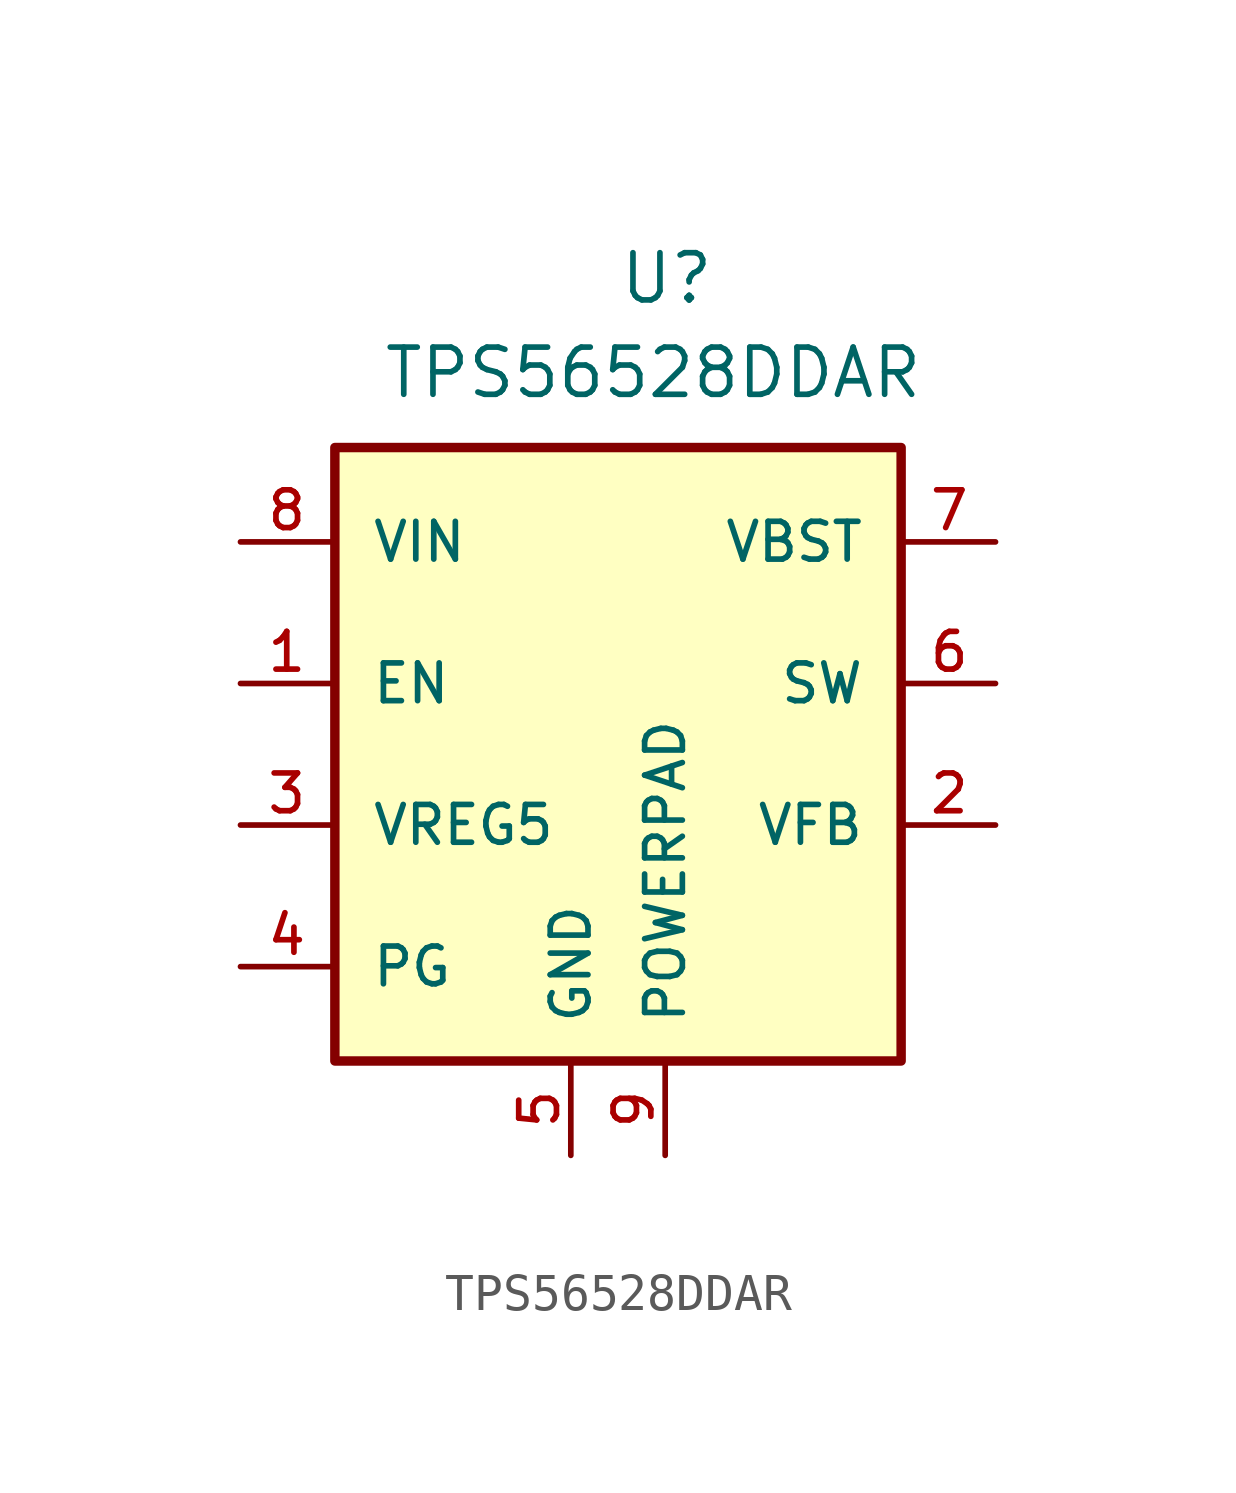
<source format=kicad_sym>
(kicad_symbol_lib
  (version 20201005)
  (generator kicad_symbol_editor)
  (symbol "TPS56528DDAR"
    (pin_names
      (offset 1.016))
    (property "Reference" "U"
      (at 0 10.16 0)
      (effects (font (size 1.27 1.27)) (justify left bottom)))
    (property "Value" "TPS56528DDAR"
      (at -6.35 7.62 0)
      (effects (font (size 1.27 1.27)) (justify left bottom)))
    (property "ki_locked" ""
      (at 0 0 0)
      (effects (font (size 1.27 1.27))))
    (symbol "TPS56528DDAR_0_0"
      (pin input line (at -10.16 0 0) (length 2.489) (name "EN" (effects (font (size 1.016 1.016)))) (number "1" (effects (font (size 1.016 1.016)))))
      (pin input line (at 10.16 -3.81 180) (length 2.489) (name "VFB" (effects (font (size 1.016 1.016)))) (number "2" (effects (font (size 1.016 1.016)))))
      (pin output line (at -10.16 -3.81 0) (length 2.489) (name "VREG5" (effects (font (size 1.016 1.016)))) (number "3" (effects (font (size 1.016 1.016)))))
      (pin output line (at -10.16 -7.62 0) (length 2.489) (name "PG" (effects (font (size 1.016 1.016)))) (number "4" (effects (font (size 1.016 1.016)))))
      (pin power_in line (at -1.27 -12.7 90) (length 2.489) (name "GND" (effects (font (size 1.016 1.016)))) (number "5" (effects (font (size 1.016 1.016)))))
      (pin output line (at 10.16 0 180) (length 2.489) (name "SW" (effects (font (size 1.016 1.016)))) (number "6" (effects (font (size 1.016 1.016)))))
      (pin output line (at 10.16 3.81 180) (length 2.489) (name "VBST" (effects (font (size 1.016 1.016)))) (number "7" (effects (font (size 1.016 1.016)))))
      (pin power_in line (at -10.16 3.81 0) (length 2.489) (name "VIN" (effects (font (size 1.016 1.016)))) (number "8" (effects (font (size 1.016 1.016)))))
      (pin power_in line (at 1.27 -12.7 90) (length 2.489) (name "POWERPAD" (effects (font (size 1.016 1.016)))) (number "9" (effects (font (size 1.016 1.016))))))
    (symbol "TPS56528DDAR_1_1"
      (rectangle (start 7.62 -10.16) (end -7.62 6.35) (stroke (width 0.254)) (fill (type background))))))
</source>
